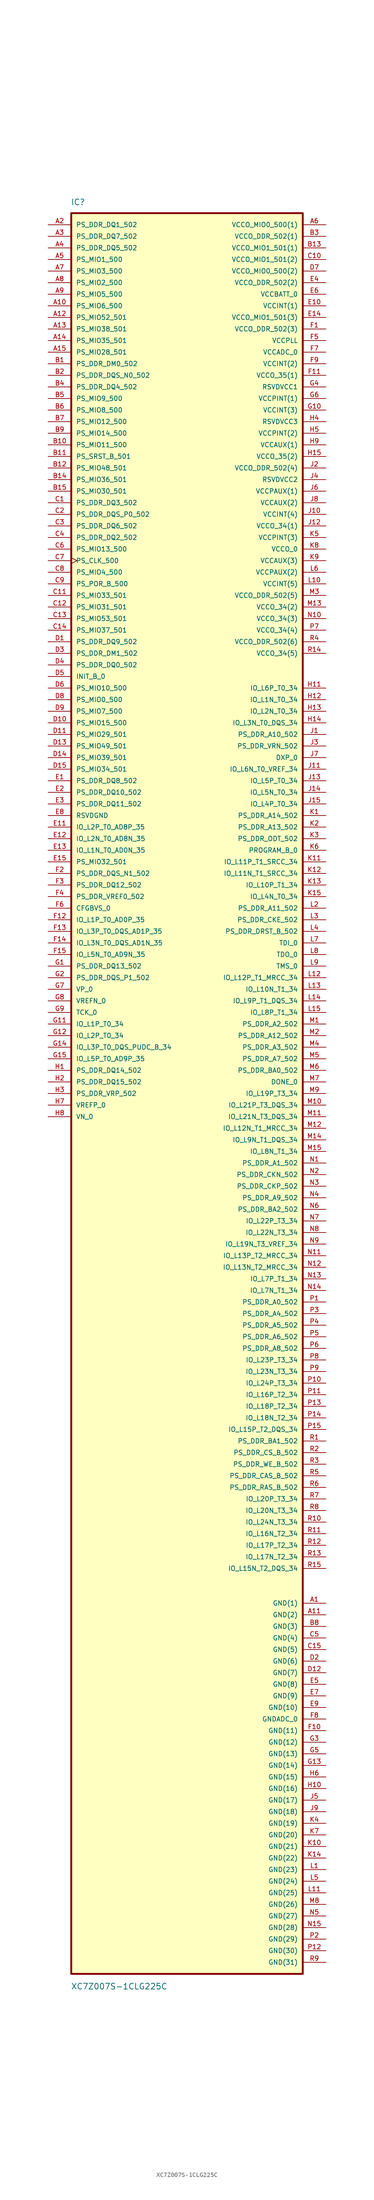
<source format=kicad_sym>
(kicad_symbol_lib
  (version 20211014)
  (generator kicad_symbol_editor)
  (symbol "XC7Z007S-1CLG225C"
    (pin_names
      (offset 1.016))
    (property "Reference" "IC"
      (at -25.488 194.71 0.0)
      (effects (font (size 1.27 1.27)) (justify bottom left)))
    (property "Value" "XC7Z007S-1CLG225C"
      (at -25.464 -196.533 0.0)
      (effects (font (size 1.27 1.27)) (justify bottom left)))
    (symbol "XC7Z007S-1CLG225C_0_0"
      (rectangle (start -25.4 -193.04) (end 25.4 193.04) (stroke (width 0.41)) (fill (type background)))
      (pin bidirectional line (at -30.48 190.5 0) (length 5.08) (name "PS_DDR_DQ1_502" (effects (font (size 1.016 1.016)))) (number "A2" (effects (font (size 1.016 1.016)))))
      (pin bidirectional line (at -30.48 187.96 0) (length 5.08) (name "PS_DDR_DQ7_502" (effects (font (size 1.016 1.016)))) (number "A3" (effects (font (size 1.016 1.016)))))
      (pin bidirectional line (at -30.48 185.42 0) (length 5.08) (name "PS_DDR_DQ5_502" (effects (font (size 1.016 1.016)))) (number "A4" (effects (font (size 1.016 1.016)))))
      (pin bidirectional line (at -30.48 182.88 0) (length 5.08) (name "PS_MIO1_500" (effects (font (size 1.016 1.016)))) (number "A5" (effects (font (size 1.016 1.016)))))
      (pin bidirectional line (at -30.48 180.34 0) (length 5.08) (name "PS_MIO3_500" (effects (font (size 1.016 1.016)))) (number "A7" (effects (font (size 1.016 1.016)))))
      (pin bidirectional line (at -30.48 177.8 0) (length 5.08) (name "PS_MIO2_500" (effects (font (size 1.016 1.016)))) (number "A8" (effects (font (size 1.016 1.016)))))
      (pin bidirectional line (at -30.48 175.26 0) (length 5.08) (name "PS_MIO5_500" (effects (font (size 1.016 1.016)))) (number "A9" (effects (font (size 1.016 1.016)))))
      (pin bidirectional line (at -30.48 172.72 0) (length 5.08) (name "PS_MIO6_500" (effects (font (size 1.016 1.016)))) (number "A10" (effects (font (size 1.016 1.016)))))
      (pin bidirectional line (at -30.48 170.18 0) (length 5.08) (name "PS_MIO52_501" (effects (font (size 1.016 1.016)))) (number "A12" (effects (font (size 1.016 1.016)))))
      (pin bidirectional line (at -30.48 167.64 0) (length 5.08) (name "PS_MIO38_501" (effects (font (size 1.016 1.016)))) (number "A13" (effects (font (size 1.016 1.016)))))
      (pin bidirectional line (at -30.48 165.1 0) (length 5.08) (name "PS_MIO35_501" (effects (font (size 1.016 1.016)))) (number "A14" (effects (font (size 1.016 1.016)))))
      (pin bidirectional line (at -30.48 162.56 0) (length 5.08) (name "PS_MIO28_501" (effects (font (size 1.016 1.016)))) (number "A15" (effects (font (size 1.016 1.016)))))
      (pin bidirectional line (at -30.48 160.02 0) (length 5.08) (name "PS_DDR_DM0_502" (effects (font (size 1.016 1.016)))) (number "B1" (effects (font (size 1.016 1.016)))))
      (pin bidirectional line (at -30.48 157.48 0) (length 5.08) (name "PS_DDR_DQS_N0_502" (effects (font (size 1.016 1.016)))) (number "B2" (effects (font (size 1.016 1.016)))))
      (pin bidirectional line (at -30.48 154.94 0) (length 5.08) (name "PS_DDR_DQ4_502" (effects (font (size 1.016 1.016)))) (number "B4" (effects (font (size 1.016 1.016)))))
      (pin bidirectional line (at -30.48 152.4 0) (length 5.08) (name "PS_MIO9_500" (effects (font (size 1.016 1.016)))) (number "B5" (effects (font (size 1.016 1.016)))))
      (pin bidirectional line (at -30.48 149.86 0) (length 5.08) (name "PS_MIO8_500" (effects (font (size 1.016 1.016)))) (number "B6" (effects (font (size 1.016 1.016)))))
      (pin bidirectional line (at -30.48 147.32 0) (length 5.08) (name "PS_MIO12_500" (effects (font (size 1.016 1.016)))) (number "B7" (effects (font (size 1.016 1.016)))))
      (pin bidirectional line (at -30.48 144.78 0) (length 5.08) (name "PS_MIO14_500" (effects (font (size 1.016 1.016)))) (number "B9" (effects (font (size 1.016 1.016)))))
      (pin bidirectional line (at -30.48 142.24 0) (length 5.08) (name "PS_MIO11_500" (effects (font (size 1.016 1.016)))) (number "B10" (effects (font (size 1.016 1.016)))))
      (pin bidirectional line (at -30.48 139.7 0) (length 5.08) (name "PS_SRST_B_501" (effects (font (size 1.016 1.016)))) (number "B11" (effects (font (size 1.016 1.016)))))
      (pin bidirectional line (at -30.48 137.16 0) (length 5.08) (name "PS_MIO48_501" (effects (font (size 1.016 1.016)))) (number "B12" (effects (font (size 1.016 1.016)))))
      (pin bidirectional line (at -30.48 134.62 0) (length 5.08) (name "PS_MIO36_501" (effects (font (size 1.016 1.016)))) (number "B14" (effects (font (size 1.016 1.016)))))
      (pin bidirectional line (at -30.48 132.08 0) (length 5.08) (name "PS_MIO30_501" (effects (font (size 1.016 1.016)))) (number "B15" (effects (font (size 1.016 1.016)))))
      (pin bidirectional line (at -30.48 129.54 0) (length 5.08) (name "PS_DDR_DQ3_502" (effects (font (size 1.016 1.016)))) (number "C1" (effects (font (size 1.016 1.016)))))
      (pin bidirectional line (at -30.48 127.0 0) (length 5.08) (name "PS_DDR_DQS_P0_502" (effects (font (size 1.016 1.016)))) (number "C2" (effects (font (size 1.016 1.016)))))
      (pin bidirectional line (at -30.48 124.46 0) (length 5.08) (name "PS_DDR_DQ6_502" (effects (font (size 1.016 1.016)))) (number "C3" (effects (font (size 1.016 1.016)))))
      (pin bidirectional line (at -30.48 121.92 0) (length 5.08) (name "PS_DDR_DQ2_502" (effects (font (size 1.016 1.016)))) (number "C4" (effects (font (size 1.016 1.016)))))
      (pin bidirectional line (at -30.48 119.38 0) (length 5.08) (name "PS_MIO13_500" (effects (font (size 1.016 1.016)))) (number "C6" (effects (font (size 1.016 1.016)))))
      (pin bidirectional clock (at -30.48 116.84 0) (length 5.08) (name "PS_CLK_500" (effects (font (size 1.016 1.016)))) (number "C7" (effects (font (size 1.016 1.016)))))
      (pin bidirectional line (at -30.48 114.3 0) (length 5.08) (name "PS_MIO4_500" (effects (font (size 1.016 1.016)))) (number "C8" (effects (font (size 1.016 1.016)))))
      (pin bidirectional line (at -30.48 111.76 0) (length 5.08) (name "PS_POR_B_500" (effects (font (size 1.016 1.016)))) (number "C9" (effects (font (size 1.016 1.016)))))
      (pin bidirectional line (at -30.48 109.22 0) (length 5.08) (name "PS_MIO33_501" (effects (font (size 1.016 1.016)))) (number "C11" (effects (font (size 1.016 1.016)))))
      (pin bidirectional line (at -30.48 106.68 0) (length 5.08) (name "PS_MIO31_501" (effects (font (size 1.016 1.016)))) (number "C12" (effects (font (size 1.016 1.016)))))
      (pin bidirectional line (at -30.48 104.14 0) (length 5.08) (name "PS_MIO53_501" (effects (font (size 1.016 1.016)))) (number "C13" (effects (font (size 1.016 1.016)))))
      (pin bidirectional line (at -30.48 101.6 0) (length 5.08) (name "PS_MIO37_501" (effects (font (size 1.016 1.016)))) (number "C14" (effects (font (size 1.016 1.016)))))
      (pin bidirectional line (at -30.48 99.06 0) (length 5.08) (name "PS_DDR_DQ9_502" (effects (font (size 1.016 1.016)))) (number "D1" (effects (font (size 1.016 1.016)))))
      (pin bidirectional line (at -30.48 96.52 0) (length 5.08) (name "PS_DDR_DM1_502" (effects (font (size 1.016 1.016)))) (number "D3" (effects (font (size 1.016 1.016)))))
      (pin bidirectional line (at -30.48 93.98 0) (length 5.08) (name "PS_DDR_DQ0_502" (effects (font (size 1.016 1.016)))) (number "D4" (effects (font (size 1.016 1.016)))))
      (pin bidirectional line (at -30.48 91.44 0) (length 5.08) (name "INIT_B_0" (effects (font (size 1.016 1.016)))) (number "D5" (effects (font (size 1.016 1.016)))))
      (pin bidirectional line (at -30.48 88.9 0) (length 5.08) (name "PS_MIO10_500" (effects (font (size 1.016 1.016)))) (number "D6" (effects (font (size 1.016 1.016)))))
      (pin bidirectional line (at -30.48 86.36 0) (length 5.08) (name "PS_MIO0_500" (effects (font (size 1.016 1.016)))) (number "D8" (effects (font (size 1.016 1.016)))))
      (pin bidirectional line (at -30.48 83.82 0) (length 5.08) (name "PS_MIO7_500" (effects (font (size 1.016 1.016)))) (number "D9" (effects (font (size 1.016 1.016)))))
      (pin bidirectional line (at -30.48 81.28 0) (length 5.08) (name "PS_MIO15_500" (effects (font (size 1.016 1.016)))) (number "D10" (effects (font (size 1.016 1.016)))))
      (pin bidirectional line (at -30.48 78.74 0) (length 5.08) (name "PS_MIO29_501" (effects (font (size 1.016 1.016)))) (number "D11" (effects (font (size 1.016 1.016)))))
      (pin bidirectional line (at -30.48 76.2 0) (length 5.08) (name "PS_MIO49_501" (effects (font (size 1.016 1.016)))) (number "D13" (effects (font (size 1.016 1.016)))))
      (pin bidirectional line (at -30.48 73.66 0) (length 5.08) (name "PS_MIO39_501" (effects (font (size 1.016 1.016)))) (number "D14" (effects (font (size 1.016 1.016)))))
      (pin bidirectional line (at -30.48 71.12 0) (length 5.08) (name "PS_MIO34_501" (effects (font (size 1.016 1.016)))) (number "D15" (effects (font (size 1.016 1.016)))))
      (pin bidirectional line (at -30.48 68.58 0) (length 5.08) (name "PS_DDR_DQ8_502" (effects (font (size 1.016 1.016)))) (number "E1" (effects (font (size 1.016 1.016)))))
      (pin bidirectional line (at -30.48 66.04 0) (length 5.08) (name "PS_DDR_DQ10_502" (effects (font (size 1.016 1.016)))) (number "E2" (effects (font (size 1.016 1.016)))))
      (pin bidirectional line (at -30.48 63.5 0) (length 5.08) (name "PS_DDR_DQ11_502" (effects (font (size 1.016 1.016)))) (number "E3" (effects (font (size 1.016 1.016)))))
      (pin bidirectional line (at -30.48 60.96 0) (length 5.08) (name "RSVDGND" (effects (font (size 1.016 1.016)))) (number "E8" (effects (font (size 1.016 1.016)))))
      (pin bidirectional line (at -30.48 58.42 0) (length 5.08) (name "IO_L2P_T0_AD8P_35" (effects (font (size 1.016 1.016)))) (number "E11" (effects (font (size 1.016 1.016)))))
      (pin bidirectional line (at -30.48 55.88 0) (length 5.08) (name "IO_L2N_T0_AD8N_35" (effects (font (size 1.016 1.016)))) (number "E12" (effects (font (size 1.016 1.016)))))
      (pin bidirectional line (at -30.48 53.34 0) (length 5.08) (name "IO_L1N_T0_AD0N_35" (effects (font (size 1.016 1.016)))) (number "E13" (effects (font (size 1.016 1.016)))))
      (pin bidirectional line (at -30.48 50.8 0) (length 5.08) (name "PS_MIO32_501" (effects (font (size 1.016 1.016)))) (number "E15" (effects (font (size 1.016 1.016)))))
      (pin bidirectional line (at -30.48 48.26 0) (length 5.08) (name "PS_DDR_DQS_N1_502" (effects (font (size 1.016 1.016)))) (number "F2" (effects (font (size 1.016 1.016)))))
      (pin bidirectional line (at -30.48 45.72 0) (length 5.08) (name "PS_DDR_DQ12_502" (effects (font (size 1.016 1.016)))) (number "F3" (effects (font (size 1.016 1.016)))))
      (pin bidirectional line (at -30.48 43.18 0) (length 5.08) (name "PS_DDR_VREF0_502" (effects (font (size 1.016 1.016)))) (number "F4" (effects (font (size 1.016 1.016)))))
      (pin bidirectional line (at -30.48 40.64 0) (length 5.08) (name "CFGBVS_0" (effects (font (size 1.016 1.016)))) (number "F6" (effects (font (size 1.016 1.016)))))
      (pin bidirectional line (at -30.48 38.1 0) (length 5.08) (name "IO_L1P_T0_AD0P_35" (effects (font (size 1.016 1.016)))) (number "F12" (effects (font (size 1.016 1.016)))))
      (pin bidirectional line (at -30.48 35.56 0) (length 5.08) (name "IO_L3P_T0_DQS_AD1P_35" (effects (font (size 1.016 1.016)))) (number "F13" (effects (font (size 1.016 1.016)))))
      (pin bidirectional line (at -30.48 33.02 0) (length 5.08) (name "IO_L3N_T0_DQS_AD1N_35" (effects (font (size 1.016 1.016)))) (number "F14" (effects (font (size 1.016 1.016)))))
      (pin bidirectional line (at -30.48 30.48 0) (length 5.08) (name "IO_L5N_T0_AD9N_35" (effects (font (size 1.016 1.016)))) (number "F15" (effects (font (size 1.016 1.016)))))
      (pin bidirectional line (at -30.48 27.94 0) (length 5.08) (name "PS_DDR_DQ13_502" (effects (font (size 1.016 1.016)))) (number "G1" (effects (font (size 1.016 1.016)))))
      (pin bidirectional line (at -30.48 25.4 0) (length 5.08) (name "PS_DDR_DQS_P1_502" (effects (font (size 1.016 1.016)))) (number "G2" (effects (font (size 1.016 1.016)))))
      (pin bidirectional line (at -30.48 22.86 0) (length 5.08) (name "VP_0" (effects (font (size 1.016 1.016)))) (number "G7" (effects (font (size 1.016 1.016)))))
      (pin bidirectional line (at -30.48 20.32 0) (length 5.08) (name "VREFN_0" (effects (font (size 1.016 1.016)))) (number "G8" (effects (font (size 1.016 1.016)))))
      (pin bidirectional line (at -30.48 17.78 0) (length 5.08) (name "TCK_0" (effects (font (size 1.016 1.016)))) (number "G9" (effects (font (size 1.016 1.016)))))
      (pin bidirectional line (at -30.48 15.24 0) (length 5.08) (name "IO_L1P_T0_34" (effects (font (size 1.016 1.016)))) (number "G11" (effects (font (size 1.016 1.016)))))
      (pin bidirectional line (at -30.48 12.7 0) (length 5.08) (name "IO_L2P_T0_34" (effects (font (size 1.016 1.016)))) (number "G12" (effects (font (size 1.016 1.016)))))
      (pin bidirectional line (at -30.48 10.16 0) (length 5.08) (name "IO_L3P_T0_DQS_PUDC_B_34" (effects (font (size 1.016 1.016)))) (number "G14" (effects (font (size 1.016 1.016)))))
      (pin bidirectional line (at -30.48 7.62 0) (length 5.08) (name "IO_L5P_T0_AD9P_35" (effects (font (size 1.016 1.016)))) (number "G15" (effects (font (size 1.016 1.016)))))
      (pin bidirectional line (at -30.48 5.08 0) (length 5.08) (name "PS_DDR_DQ14_502" (effects (font (size 1.016 1.016)))) (number "H1" (effects (font (size 1.016 1.016)))))
      (pin bidirectional line (at -30.48 2.54 0) (length 5.08) (name "PS_DDR_DQ15_502" (effects (font (size 1.016 1.016)))) (number "H2" (effects (font (size 1.016 1.016)))))
      (pin bidirectional line (at -30.48 5.32907e-14 0) (length 5.08) (name "PS_DDR_VRP_502" (effects (font (size 1.016 1.016)))) (number "H3" (effects (font (size 1.016 1.016)))))
      (pin bidirectional line (at -30.48 -2.54 0) (length 5.08) (name "VREFP_0" (effects (font (size 1.016 1.016)))) (number "H7" (effects (font (size 1.016 1.016)))))
      (pin bidirectional line (at -30.48 -5.08 0) (length 5.08) (name "VN_0" (effects (font (size 1.016 1.016)))) (number "H8" (effects (font (size 1.016 1.016)))))
      (pin power_in line (at 30.48 190.5 180.0) (length 5.08) (name "VCCO_MIO0_500(1)" (effects (font (size 1.016 1.016)))) (number "A6" (effects (font (size 1.016 1.016)))))
      (pin power_in line (at 30.48 187.96 180.0) (length 5.08) (name "VCCO_DDR_502(1)" (effects (font (size 1.016 1.016)))) (number "B3" (effects (font (size 1.016 1.016)))))
      (pin power_in line (at 30.48 185.42 180.0) (length 5.08) (name "VCCO_MIO1_501(1)" (effects (font (size 1.016 1.016)))) (number "B13" (effects (font (size 1.016 1.016)))))
      (pin power_in line (at 30.48 182.88 180.0) (length 5.08) (name "VCCO_MIO1_501(2)" (effects (font (size 1.016 1.016)))) (number "C10" (effects (font (size 1.016 1.016)))))
      (pin power_in line (at 30.48 180.34 180.0) (length 5.08) (name "VCCO_MIO0_500(2)" (effects (font (size 1.016 1.016)))) (number "D7" (effects (font (size 1.016 1.016)))))
      (pin power_in line (at 30.48 177.8 180.0) (length 5.08) (name "VCCO_DDR_502(2)" (effects (font (size 1.016 1.016)))) (number "E4" (effects (font (size 1.016 1.016)))))
      (pin power_in line (at 30.48 175.26 180.0) (length 5.08) (name "VCCBATT_0" (effects (font (size 1.016 1.016)))) (number "E6" (effects (font (size 1.016 1.016)))))
      (pin power_in line (at 30.48 172.72 180.0) (length 5.08) (name "VCCINT(1)" (effects (font (size 1.016 1.016)))) (number "E10" (effects (font (size 1.016 1.016)))))
      (pin power_in line (at 30.48 170.18 180.0) (length 5.08) (name "VCCO_MIO1_501(3)" (effects (font (size 1.016 1.016)))) (number "E14" (effects (font (size 1.016 1.016)))))
      (pin power_in line (at 30.48 167.64 180.0) (length 5.08) (name "VCCO_DDR_502(3)" (effects (font (size 1.016 1.016)))) (number "F1" (effects (font (size 1.016 1.016)))))
      (pin power_in line (at 30.48 165.1 180.0) (length 5.08) (name "VCCPLL" (effects (font (size 1.016 1.016)))) (number "F5" (effects (font (size 1.016 1.016)))))
      (pin power_in line (at 30.48 162.56 180.0) (length 5.08) (name "VCCADC_0" (effects (font (size 1.016 1.016)))) (number "F7" (effects (font (size 1.016 1.016)))))
      (pin power_in line (at 30.48 160.02 180.0) (length 5.08) (name "VCCINT(2)" (effects (font (size 1.016 1.016)))) (number "F9" (effects (font (size 1.016 1.016)))))
      (pin power_in line (at 30.48 157.48 180.0) (length 5.08) (name "VCCO_35(1)" (effects (font (size 1.016 1.016)))) (number "F11" (effects (font (size 1.016 1.016)))))
      (pin power_in line (at 30.48 154.94 180.0) (length 5.08) (name "RSVDVCC1" (effects (font (size 1.016 1.016)))) (number "G4" (effects (font (size 1.016 1.016)))))
      (pin power_in line (at 30.48 152.4 180.0) (length 5.08) (name "VCCPINT(1)" (effects (font (size 1.016 1.016)))) (number "G6" (effects (font (size 1.016 1.016)))))
      (pin power_in line (at 30.48 149.86 180.0) (length 5.08) (name "VCCINT(3)" (effects (font (size 1.016 1.016)))) (number "G10" (effects (font (size 1.016 1.016)))))
      (pin power_in line (at 30.48 147.32 180.0) (length 5.08) (name "RSVDVCC3" (effects (font (size 1.016 1.016)))) (number "H4" (effects (font (size 1.016 1.016)))))
      (pin power_in line (at 30.48 144.78 180.0) (length 5.08) (name "VCCPINT(2)" (effects (font (size 1.016 1.016)))) (number "H5" (effects (font (size 1.016 1.016)))))
      (pin power_in line (at 30.48 142.24 180.0) (length 5.08) (name "VCCAUX(1)" (effects (font (size 1.016 1.016)))) (number "H9" (effects (font (size 1.016 1.016)))))
      (pin power_in line (at 30.48 139.7 180.0) (length 5.08) (name "VCCO_35(2)" (effects (font (size 1.016 1.016)))) (number "H15" (effects (font (size 1.016 1.016)))))
      (pin power_in line (at 30.48 137.16 180.0) (length 5.08) (name "VCCO_DDR_502(4)" (effects (font (size 1.016 1.016)))) (number "J2" (effects (font (size 1.016 1.016)))))
      (pin power_in line (at 30.48 134.62 180.0) (length 5.08) (name "RSVDVCC2" (effects (font (size 1.016 1.016)))) (number "J4" (effects (font (size 1.016 1.016)))))
      (pin power_in line (at 30.48 132.08 180.0) (length 5.08) (name "VCCPAUX(1)" (effects (font (size 1.016 1.016)))) (number "J6" (effects (font (size 1.016 1.016)))))
      (pin power_in line (at 30.48 129.54 180.0) (length 5.08) (name "VCCAUX(2)" (effects (font (size 1.016 1.016)))) (number "J8" (effects (font (size 1.016 1.016)))))
      (pin power_in line (at 30.48 127.0 180.0) (length 5.08) (name "VCCINT(4)" (effects (font (size 1.016 1.016)))) (number "J10" (effects (font (size 1.016 1.016)))))
      (pin power_in line (at 30.48 124.46 180.0) (length 5.08) (name "VCCO_34(1)" (effects (font (size 1.016 1.016)))) (number "J12" (effects (font (size 1.016 1.016)))))
      (pin power_in line (at 30.48 121.92 180.0) (length 5.08) (name "VCCPINT(3)" (effects (font (size 1.016 1.016)))) (number "K5" (effects (font (size 1.016 1.016)))))
      (pin power_in line (at 30.48 119.38 180.0) (length 5.08) (name "VCCO_0" (effects (font (size 1.016 1.016)))) (number "K8" (effects (font (size 1.016 1.016)))))
      (pin power_in line (at 30.48 116.84 180.0) (length 5.08) (name "VCCAUX(3)" (effects (font (size 1.016 1.016)))) (number "K9" (effects (font (size 1.016 1.016)))))
      (pin power_in line (at 30.48 114.3 180.0) (length 5.08) (name "VCCPAUX(2)" (effects (font (size 1.016 1.016)))) (number "L6" (effects (font (size 1.016 1.016)))))
      (pin power_in line (at 30.48 111.76 180.0) (length 5.08) (name "VCCINT(5)" (effects (font (size 1.016 1.016)))) (number "L10" (effects (font (size 1.016 1.016)))))
      (pin power_in line (at 30.48 109.22 180.0) (length 5.08) (name "VCCO_DDR_502(5)" (effects (font (size 1.016 1.016)))) (number "M3" (effects (font (size 1.016 1.016)))))
      (pin power_in line (at 30.48 106.68 180.0) (length 5.08) (name "VCCO_34(2)" (effects (font (size 1.016 1.016)))) (number "M13" (effects (font (size 1.016 1.016)))))
      (pin power_in line (at 30.48 104.14 180.0) (length 5.08) (name "VCCO_34(3)" (effects (font (size 1.016 1.016)))) (number "N10" (effects (font (size 1.016 1.016)))))
      (pin power_in line (at 30.48 101.6 180.0) (length 5.08) (name "VCCO_34(4)" (effects (font (size 1.016 1.016)))) (number "P7" (effects (font (size 1.016 1.016)))))
      (pin power_in line (at 30.48 99.06 180.0) (length 5.08) (name "VCCO_DDR_502(6)" (effects (font (size 1.016 1.016)))) (number "R4" (effects (font (size 1.016 1.016)))))
      (pin power_in line (at 30.48 96.52 180.0) (length 5.08) (name "VCCO_34(5)" (effects (font (size 1.016 1.016)))) (number "R14" (effects (font (size 1.016 1.016)))))
      (pin bidirectional line (at 30.48 88.9 180.0) (length 5.08) (name "IO_L6P_T0_34" (effects (font (size 1.016 1.016)))) (number "H11" (effects (font (size 1.016 1.016)))))
      (pin bidirectional line (at 30.48 86.36 180.0) (length 5.08) (name "IO_L1N_T0_34" (effects (font (size 1.016 1.016)))) (number "H12" (effects (font (size 1.016 1.016)))))
      (pin bidirectional line (at 30.48 83.82 180.0) (length 5.08) (name "IO_L2N_T0_34" (effects (font (size 1.016 1.016)))) (number "H13" (effects (font (size 1.016 1.016)))))
      (pin bidirectional line (at 30.48 81.28 180.0) (length 5.08) (name "IO_L3N_T0_DQS_34" (effects (font (size 1.016 1.016)))) (number "H14" (effects (font (size 1.016 1.016)))))
      (pin bidirectional line (at 30.48 78.74 180.0) (length 5.08) (name "PS_DDR_A10_502" (effects (font (size 1.016 1.016)))) (number "J1" (effects (font (size 1.016 1.016)))))
      (pin bidirectional line (at 30.48 76.2 180.0) (length 5.08) (name "PS_DDR_VRN_502" (effects (font (size 1.016 1.016)))) (number "J3" (effects (font (size 1.016 1.016)))))
      (pin bidirectional line (at 30.48 73.66 180.0) (length 5.08) (name "DXP_0" (effects (font (size 1.016 1.016)))) (number "J7" (effects (font (size 1.016 1.016)))))
      (pin bidirectional line (at 30.48 71.12 180.0) (length 5.08) (name "IO_L6N_T0_VREF_34" (effects (font (size 1.016 1.016)))) (number "J11" (effects (font (size 1.016 1.016)))))
      (pin bidirectional line (at 30.48 68.58 180.0) (length 5.08) (name "IO_L5P_T0_34" (effects (font (size 1.016 1.016)))) (number "J13" (effects (font (size 1.016 1.016)))))
      (pin bidirectional line (at 30.48 66.04 180.0) (length 5.08) (name "IO_L5N_T0_34" (effects (font (size 1.016 1.016)))) (number "J14" (effects (font (size 1.016 1.016)))))
      (pin bidirectional line (at 30.48 63.5 180.0) (length 5.08) (name "IO_L4P_T0_34" (effects (font (size 1.016 1.016)))) (number "J15" (effects (font (size 1.016 1.016)))))
      (pin bidirectional line (at 30.48 60.96 180.0) (length 5.08) (name "PS_DDR_A14_502" (effects (font (size 1.016 1.016)))) (number "K1" (effects (font (size 1.016 1.016)))))
      (pin bidirectional line (at 30.48 58.42 180.0) (length 5.08) (name "PS_DDR_A13_502" (effects (font (size 1.016 1.016)))) (number "K2" (effects (font (size 1.016 1.016)))))
      (pin bidirectional line (at 30.48 55.88 180.0) (length 5.08) (name "PS_DDR_ODT_502" (effects (font (size 1.016 1.016)))) (number "K3" (effects (font (size 1.016 1.016)))))
      (pin bidirectional line (at 30.48 53.34 180.0) (length 5.08) (name "PROGRAM_B_0" (effects (font (size 1.016 1.016)))) (number "K6" (effects (font (size 1.016 1.016)))))
      (pin bidirectional line (at 30.48 50.8 180.0) (length 5.08) (name "IO_L11P_T1_SRCC_34" (effects (font (size 1.016 1.016)))) (number "K11" (effects (font (size 1.016 1.016)))))
      (pin bidirectional line (at 30.48 48.26 180.0) (length 5.08) (name "IO_L11N_T1_SRCC_34" (effects (font (size 1.016 1.016)))) (number "K12" (effects (font (size 1.016 1.016)))))
      (pin bidirectional line (at 30.48 45.72 180.0) (length 5.08) (name "IO_L10P_T1_34" (effects (font (size 1.016 1.016)))) (number "K13" (effects (font (size 1.016 1.016)))))
      (pin bidirectional line (at 30.48 43.18 180.0) (length 5.08) (name "IO_L4N_T0_34" (effects (font (size 1.016 1.016)))) (number "K15" (effects (font (size 1.016 1.016)))))
      (pin bidirectional line (at 30.48 40.64 180.0) (length 5.08) (name "PS_DDR_A11_502" (effects (font (size 1.016 1.016)))) (number "L2" (effects (font (size 1.016 1.016)))))
      (pin bidirectional line (at 30.48 38.1 180.0) (length 5.08) (name "PS_DDR_CKE_502" (effects (font (size 1.016 1.016)))) (number "L3" (effects (font (size 1.016 1.016)))))
      (pin bidirectional line (at 30.48 35.56 180.0) (length 5.08) (name "PS_DDR_DRST_B_502" (effects (font (size 1.016 1.016)))) (number "L4" (effects (font (size 1.016 1.016)))))
      (pin bidirectional line (at 30.48 33.02 180.0) (length 5.08) (name "TDI_0" (effects (font (size 1.016 1.016)))) (number "L7" (effects (font (size 1.016 1.016)))))
      (pin bidirectional line (at 30.48 30.48 180.0) (length 5.08) (name "TDO_0" (effects (font (size 1.016 1.016)))) (number "L8" (effects (font (size 1.016 1.016)))))
      (pin bidirectional line (at 30.48 27.94 180.0) (length 5.08) (name "TMS_0" (effects (font (size 1.016 1.016)))) (number "L9" (effects (font (size 1.016 1.016)))))
      (pin bidirectional line (at 30.48 25.4 180.0) (length 5.08) (name "IO_L12P_T1_MRCC_34" (effects (font (size 1.016 1.016)))) (number "L12" (effects (font (size 1.016 1.016)))))
      (pin bidirectional line (at 30.48 22.86 180.0) (length 5.08) (name "IO_L10N_T1_34" (effects (font (size 1.016 1.016)))) (number "L13" (effects (font (size 1.016 1.016)))))
      (pin bidirectional line (at 30.48 20.32 180.0) (length 5.08) (name "IO_L9P_T1_DQS_34" (effects (font (size 1.016 1.016)))) (number "L14" (effects (font (size 1.016 1.016)))))
      (pin bidirectional line (at 30.48 17.78 180.0) (length 5.08) (name "IO_L8P_T1_34" (effects (font (size 1.016 1.016)))) (number "L15" (effects (font (size 1.016 1.016)))))
      (pin bidirectional line (at 30.48 15.24 180.0) (length 5.08) (name "PS_DDR_A2_502" (effects (font (size 1.016 1.016)))) (number "M1" (effects (font (size 1.016 1.016)))))
      (pin bidirectional line (at 30.48 12.7 180.0) (length 5.08) (name "PS_DDR_A12_502" (effects (font (size 1.016 1.016)))) (number "M2" (effects (font (size 1.016 1.016)))))
      (pin bidirectional line (at 30.48 10.16 180.0) (length 5.08) (name "PS_DDR_A3_502" (effects (font (size 1.016 1.016)))) (number "M4" (effects (font (size 1.016 1.016)))))
      (pin bidirectional line (at 30.48 7.62 180.0) (length 5.08) (name "PS_DDR_A7_502" (effects (font (size 1.016 1.016)))) (number "M5" (effects (font (size 1.016 1.016)))))
      (pin bidirectional line (at 30.48 5.08 180.0) (length 5.08) (name "PS_DDR_BA0_502" (effects (font (size 1.016 1.016)))) (number "M6" (effects (font (size 1.016 1.016)))))
      (pin bidirectional line (at 30.48 2.54 180.0) (length 5.08) (name "DONE_0" (effects (font (size 1.016 1.016)))) (number "M7" (effects (font (size 1.016 1.016)))))
      (pin bidirectional line (at 30.48 6.75016e-14 180.0) (length 5.08) (name "IO_L19P_T3_34" (effects (font (size 1.016 1.016)))) (number "M9" (effects (font (size 1.016 1.016)))))
      (pin bidirectional line (at 30.48 -2.54 180.0) (length 5.08) (name "IO_L21P_T3_DQS_34" (effects (font (size 1.016 1.016)))) (number "M10" (effects (font (size 1.016 1.016)))))
      (pin bidirectional line (at 30.48 -5.08 180.0) (length 5.08) (name "IO_L21N_T3_DQS_34" (effects (font (size 1.016 1.016)))) (number "M11" (effects (font (size 1.016 1.016)))))
      (pin bidirectional line (at 30.48 -7.62 180.0) (length 5.08) (name "IO_L12N_T1_MRCC_34" (effects (font (size 1.016 1.016)))) (number "M12" (effects (font (size 1.016 1.016)))))
      (pin bidirectional line (at 30.48 -10.16 180.0) (length 5.08) (name "IO_L9N_T1_DQS_34" (effects (font (size 1.016 1.016)))) (number "M14" (effects (font (size 1.016 1.016)))))
      (pin bidirectional line (at 30.48 -12.7 180.0) (length 5.08) (name "IO_L8N_T1_34" (effects (font (size 1.016 1.016)))) (number "M15" (effects (font (size 1.016 1.016)))))
      (pin bidirectional line (at 30.48 -15.24 180.0) (length 5.08) (name "PS_DDR_A1_502" (effects (font (size 1.016 1.016)))) (number "N1" (effects (font (size 1.016 1.016)))))
      (pin bidirectional line (at 30.48 -17.78 180.0) (length 5.08) (name "PS_DDR_CKN_502" (effects (font (size 1.016 1.016)))) (number "N2" (effects (font (size 1.016 1.016)))))
      (pin bidirectional line (at 30.48 -20.32 180.0) (length 5.08) (name "PS_DDR_CKP_502" (effects (font (size 1.016 1.016)))) (number "N3" (effects (font (size 1.016 1.016)))))
      (pin bidirectional line (at 30.48 -22.86 180.0) (length 5.08) (name "PS_DDR_A9_502" (effects (font (size 1.016 1.016)))) (number "N4" (effects (font (size 1.016 1.016)))))
      (pin bidirectional line (at 30.48 -25.4 180.0) (length 5.08) (name "PS_DDR_BA2_502" (effects (font (size 1.016 1.016)))) (number "N6" (effects (font (size 1.016 1.016)))))
      (pin bidirectional line (at 30.48 -27.94 180.0) (length 5.08) (name "IO_L22P_T3_34" (effects (font (size 1.016 1.016)))) (number "N7" (effects (font (size 1.016 1.016)))))
      (pin bidirectional line (at 30.48 -30.48 180.0) (length 5.08) (name "IO_L22N_T3_34" (effects (font (size 1.016 1.016)))) (number "N8" (effects (font (size 1.016 1.016)))))
      (pin bidirectional line (at 30.48 -33.02 180.0) (length 5.08) (name "IO_L19N_T3_VREF_34" (effects (font (size 1.016 1.016)))) (number "N9" (effects (font (size 1.016 1.016)))))
      (pin bidirectional line (at 30.48 -35.56 180.0) (length 5.08) (name "IO_L13P_T2_MRCC_34" (effects (font (size 1.016 1.016)))) (number "N11" (effects (font (size 1.016 1.016)))))
      (pin bidirectional line (at 30.48 -38.1 180.0) (length 5.08) (name "IO_L13N_T2_MRCC_34" (effects (font (size 1.016 1.016)))) (number "N12" (effects (font (size 1.016 1.016)))))
      (pin bidirectional line (at 30.48 -40.64 180.0) (length 5.08) (name "IO_L7P_T1_34" (effects (font (size 1.016 1.016)))) (number "N13" (effects (font (size 1.016 1.016)))))
      (pin bidirectional line (at 30.48 -43.18 180.0) (length 5.08) (name "IO_L7N_T1_34" (effects (font (size 1.016 1.016)))) (number "N14" (effects (font (size 1.016 1.016)))))
      (pin bidirectional line (at 30.48 -45.72 180.0) (length 5.08) (name "PS_DDR_A0_502" (effects (font (size 1.016 1.016)))) (number "P1" (effects (font (size 1.016 1.016)))))
      (pin bidirectional line (at 30.48 -48.26 180.0) (length 5.08) (name "PS_DDR_A4_502" (effects (font (size 1.016 1.016)))) (number "P3" (effects (font (size 1.016 1.016)))))
      (pin bidirectional line (at 30.48 -50.8 180.0) (length 5.08) (name "PS_DDR_A5_502" (effects (font (size 1.016 1.016)))) (number "P4" (effects (font (size 1.016 1.016)))))
      (pin bidirectional line (at 30.48 -53.34 180.0) (length 5.08) (name "PS_DDR_A6_502" (effects (font (size 1.016 1.016)))) (number "P5" (effects (font (size 1.016 1.016)))))
      (pin bidirectional line (at 30.48 -55.88 180.0) (length 5.08) (name "PS_DDR_A8_502" (effects (font (size 1.016 1.016)))) (number "P6" (effects (font (size 1.016 1.016)))))
      (pin bidirectional line (at 30.48 -58.42 180.0) (length 5.08) (name "IO_L23P_T3_34" (effects (font (size 1.016 1.016)))) (number "P8" (effects (font (size 1.016 1.016)))))
      (pin bidirectional line (at 30.48 -60.96 180.0) (length 5.08) (name "IO_L23N_T3_34" (effects (font (size 1.016 1.016)))) (number "P9" (effects (font (size 1.016 1.016)))))
      (pin bidirectional line (at 30.48 -63.5 180.0) (length 5.08) (name "IO_L24P_T3_34" (effects (font (size 1.016 1.016)))) (number "P10" (effects (font (size 1.016 1.016)))))
      (pin bidirectional line (at 30.48 -66.04 180.0) (length 5.08) (name "IO_L16P_T2_34" (effects (font (size 1.016 1.016)))) (number "P11" (effects (font (size 1.016 1.016)))))
      (pin bidirectional line (at 30.48 -68.58 180.0) (length 5.08) (name "IO_L18P_T2_34" (effects (font (size 1.016 1.016)))) (number "P13" (effects (font (size 1.016 1.016)))))
      (pin bidirectional line (at 30.48 -71.12 180.0) (length 5.08) (name "IO_L18N_T2_34" (effects (font (size 1.016 1.016)))) (number "P14" (effects (font (size 1.016 1.016)))))
      (pin bidirectional line (at 30.48 -73.66 180.0) (length 5.08) (name "IO_L15P_T2_DQS_34" (effects (font (size 1.016 1.016)))) (number "P15" (effects (font (size 1.016 1.016)))))
      (pin bidirectional line (at 30.48 -76.2 180.0) (length 5.08) (name "PS_DDR_BA1_502" (effects (font (size 1.016 1.016)))) (number "R1" (effects (font (size 1.016 1.016)))))
      (pin bidirectional line (at 30.48 -78.74 180.0) (length 5.08) (name "PS_DDR_CS_B_502" (effects (font (size 1.016 1.016)))) (number "R2" (effects (font (size 1.016 1.016)))))
      (pin bidirectional line (at 30.48 -81.28 180.0) (length 5.08) (name "PS_DDR_WE_B_502" (effects (font (size 1.016 1.016)))) (number "R3" (effects (font (size 1.016 1.016)))))
      (pin bidirectional line (at 30.48 -83.82 180.0) (length 5.08) (name "PS_DDR_CAS_B_502" (effects (font (size 1.016 1.016)))) (number "R5" (effects (font (size 1.016 1.016)))))
      (pin bidirectional line (at 30.48 -86.36 180.0) (length 5.08) (name "PS_DDR_RAS_B_502" (effects (font (size 1.016 1.016)))) (number "R6" (effects (font (size 1.016 1.016)))))
      (pin bidirectional line (at 30.48 -88.9 180.0) (length 5.08) (name "IO_L20P_T3_34" (effects (font (size 1.016 1.016)))) (number "R7" (effects (font (size 1.016 1.016)))))
      (pin bidirectional line (at 30.48 -91.44 180.0) (length 5.08) (name "IO_L20N_T3_34" (effects (font (size 1.016 1.016)))) (number "R8" (effects (font (size 1.016 1.016)))))
      (pin bidirectional line (at 30.48 -93.98 180.0) (length 5.08) (name "IO_L24N_T3_34" (effects (font (size 1.016 1.016)))) (number "R10" (effects (font (size 1.016 1.016)))))
      (pin bidirectional line (at 30.48 -96.52 180.0) (length 5.08) (name "IO_L16N_T2_34" (effects (font (size 1.016 1.016)))) (number "R11" (effects (font (size 1.016 1.016)))))
      (pin bidirectional line (at 30.48 -99.06 180.0) (length 5.08) (name "IO_L17P_T2_34" (effects (font (size 1.016 1.016)))) (number "R12" (effects (font (size 1.016 1.016)))))
      (pin bidirectional line (at 30.48 -101.6 180.0) (length 5.08) (name "IO_L17N_T2_34" (effects (font (size 1.016 1.016)))) (number "R13" (effects (font (size 1.016 1.016)))))
      (pin bidirectional line (at 30.48 -104.14 180.0) (length 5.08) (name "IO_L15N_T2_DQS_34" (effects (font (size 1.016 1.016)))) (number "R15" (effects (font (size 1.016 1.016)))))
      (pin power_in line (at 30.48 -111.76 180.0) (length 5.08) (name "GND(1)" (effects (font (size 1.016 1.016)))) (number "A1" (effects (font (size 1.016 1.016)))))
      (pin power_in line (at 30.48 -114.3 180.0) (length 5.08) (name "GND(2)" (effects (font (size 1.016 1.016)))) (number "A11" (effects (font (size 1.016 1.016)))))
      (pin power_in line (at 30.48 -116.84 180.0) (length 5.08) (name "GND(3)" (effects (font (size 1.016 1.016)))) (number "B8" (effects (font (size 1.016 1.016)))))
      (pin power_in line (at 30.48 -119.38 180.0) (length 5.08) (name "GND(4)" (effects (font (size 1.016 1.016)))) (number "C5" (effects (font (size 1.016 1.016)))))
      (pin power_in line (at 30.48 -121.92 180.0) (length 5.08) (name "GND(5)" (effects (font (size 1.016 1.016)))) (number "C15" (effects (font (size 1.016 1.016)))))
      (pin power_in line (at 30.48 -124.46 180.0) (length 5.08) (name "GND(6)" (effects (font (size 1.016 1.016)))) (number "D2" (effects (font (size 1.016 1.016)))))
      (pin power_in line (at 30.48 -127.0 180.0) (length 5.08) (name "GND(7)" (effects (font (size 1.016 1.016)))) (number "D12" (effects (font (size 1.016 1.016)))))
      (pin power_in line (at 30.48 -129.54 180.0) (length 5.08) (name "GND(8)" (effects (font (size 1.016 1.016)))) (number "E5" (effects (font (size 1.016 1.016)))))
      (pin power_in line (at 30.48 -132.08 180.0) (length 5.08) (name "GND(9)" (effects (font (size 1.016 1.016)))) (number "E7" (effects (font (size 1.016 1.016)))))
      (pin power_in line (at 30.48 -134.62 180.0) (length 5.08) (name "GND(10)" (effects (font (size 1.016 1.016)))) (number "E9" (effects (font (size 1.016 1.016)))))
      (pin power_in line (at 30.48 -137.16 180.0) (length 5.08) (name "GNDADC_0" (effects (font (size 1.016 1.016)))) (number "F8" (effects (font (size 1.016 1.016)))))
      (pin power_in line (at 30.48 -139.7 180.0) (length 5.08) (name "GND(11)" (effects (font (size 1.016 1.016)))) (number "F10" (effects (font (size 1.016 1.016)))))
      (pin power_in line (at 30.48 -142.24 180.0) (length 5.08) (name "GND(12)" (effects (font (size 1.016 1.016)))) (number "G3" (effects (font (size 1.016 1.016)))))
      (pin power_in line (at 30.48 -144.78 180.0) (length 5.08) (name "GND(13)" (effects (font (size 1.016 1.016)))) (number "G5" (effects (font (size 1.016 1.016)))))
      (pin power_in line (at 30.48 -147.32 180.0) (length 5.08) (name "GND(14)" (effects (font (size 1.016 1.016)))) (number "G13" (effects (font (size 1.016 1.016)))))
      (pin power_in line (at 30.48 -149.86 180.0) (length 5.08) (name "GND(15)" (effects (font (size 1.016 1.016)))) (number "H6" (effects (font (size 1.016 1.016)))))
      (pin power_in line (at 30.48 -152.4 180.0) (length 5.08) (name "GND(16)" (effects (font (size 1.016 1.016)))) (number "H10" (effects (font (size 1.016 1.016)))))
      (pin power_in line (at 30.48 -154.94 180.0) (length 5.08) (name "GND(17)" (effects (font (size 1.016 1.016)))) (number "J5" (effects (font (size 1.016 1.016)))))
      (pin power_in line (at 30.48 -157.48 180.0) (length 5.08) (name "GND(18)" (effects (font (size 1.016 1.016)))) (number "J9" (effects (font (size 1.016 1.016)))))
      (pin power_in line (at 30.48 -160.02 180.0) (length 5.08) (name "GND(19)" (effects (font (size 1.016 1.016)))) (number "K4" (effects (font (size 1.016 1.016)))))
      (pin power_in line (at 30.48 -162.56 180.0) (length 5.08) (name "GND(20)" (effects (font (size 1.016 1.016)))) (number "K7" (effects (font (size 1.016 1.016)))))
      (pin power_in line (at 30.48 -165.1 180.0) (length 5.08) (name "GND(21)" (effects (font (size 1.016 1.016)))) (number "K10" (effects (font (size 1.016 1.016)))))
      (pin power_in line (at 30.48 -167.64 180.0) (length 5.08) (name "GND(22)" (effects (font (size 1.016 1.016)))) (number "K14" (effects (font (size 1.016 1.016)))))
      (pin power_in line (at 30.48 -170.18 180.0) (length 5.08) (name "GND(23)" (effects (font (size 1.016 1.016)))) (number "L1" (effects (font (size 1.016 1.016)))))
      (pin power_in line (at 30.48 -172.72 180.0) (length 5.08) (name "GND(24)" (effects (font (size 1.016 1.016)))) (number "L5" (effects (font (size 1.016 1.016)))))
      (pin power_in line (at 30.48 -175.26 180.0) (length 5.08) (name "GND(25)" (effects (font (size 1.016 1.016)))) (number "L11" (effects (font (size 1.016 1.016)))))
      (pin power_in line (at 30.48 -177.8 180.0) (length 5.08) (name "GND(26)" (effects (font (size 1.016 1.016)))) (number "M8" (effects (font (size 1.016 1.016)))))
      (pin power_in line (at 30.48 -180.34 180.0) (length 5.08) (name "GND(27)" (effects (font (size 1.016 1.016)))) (number "N5" (effects (font (size 1.016 1.016)))))
      (pin power_in line (at 30.48 -182.88 180.0) (length 5.08) (name "GND(28)" (effects (font (size 1.016 1.016)))) (number "N15" (effects (font (size 1.016 1.016)))))
      (pin power_in line (at 30.48 -185.42 180.0) (length 5.08) (name "GND(29)" (effects (font (size 1.016 1.016)))) (number "P2" (effects (font (size 1.016 1.016)))))
      (pin power_in line (at 30.48 -187.96 180.0) (length 5.08) (name "GND(30)" (effects (font (size 1.016 1.016)))) (number "P12" (effects (font (size 1.016 1.016)))))
      (pin power_in line (at 30.48 -190.5 180.0) (length 5.08) (name "GND(31)" (effects (font (size 1.016 1.016)))) (number "R9" (effects (font (size 1.016 1.016))))))))
</source>
